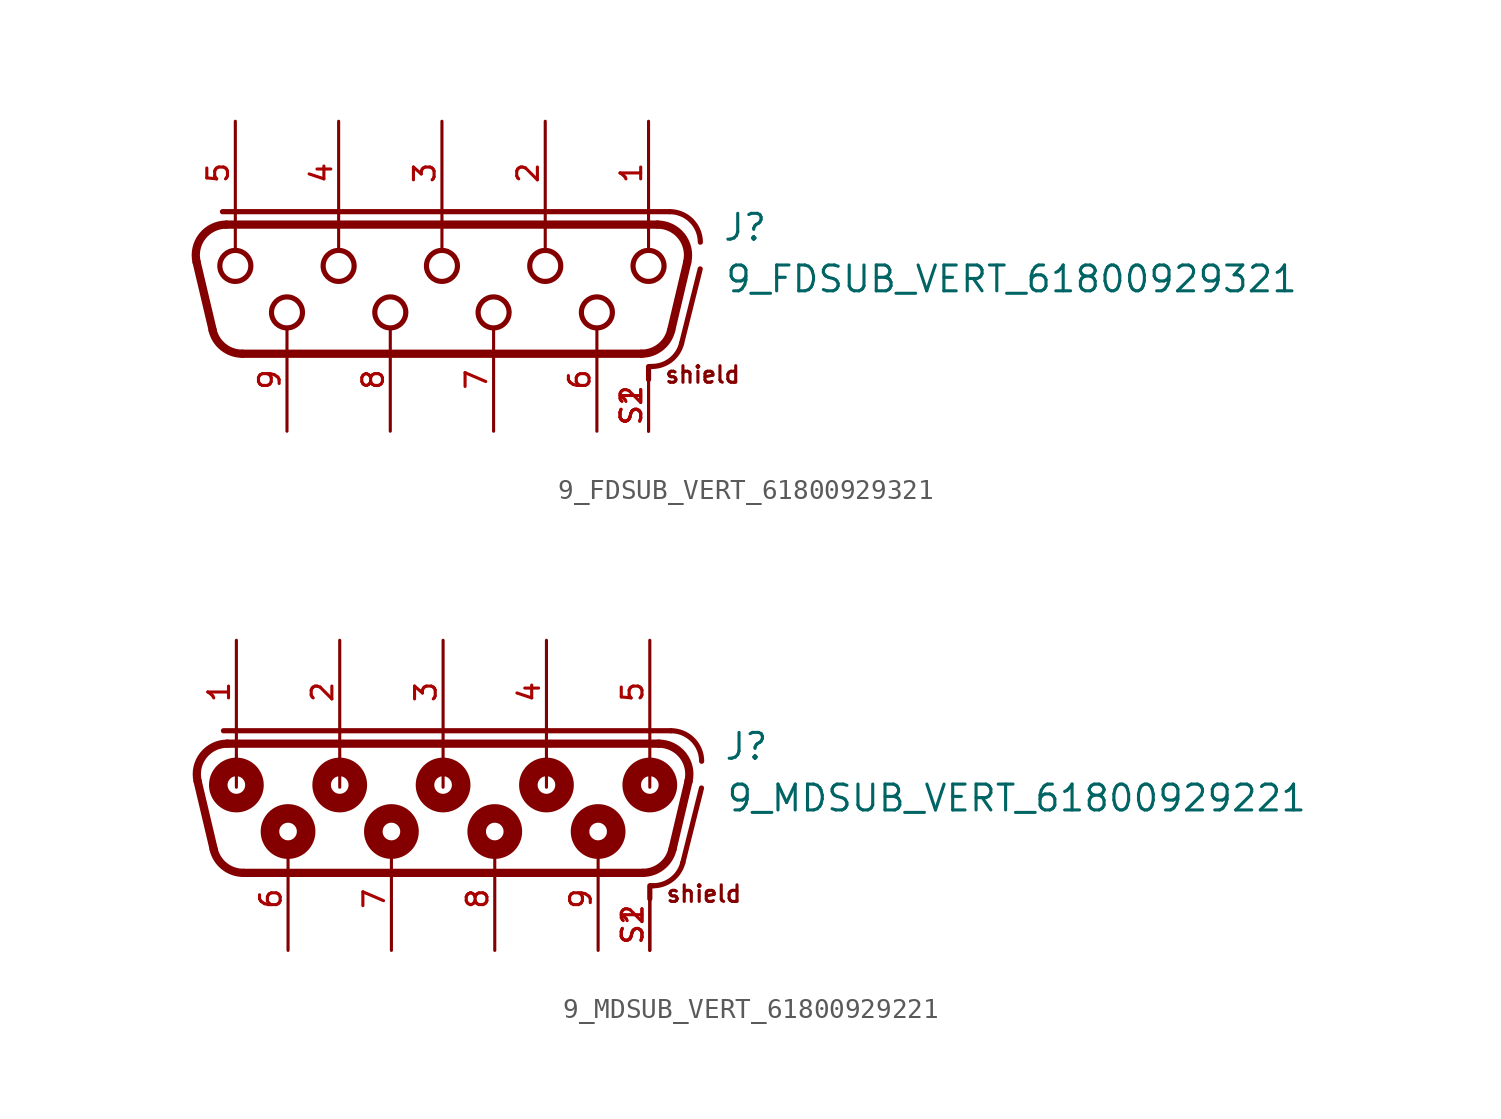
<source format=kicad_sym>
(kicad_symbol_lib
  (version 20241209)
  (generator "kicad_symbol_editor")
  (generator_version "9.0")
  (symbol "9_FDSUB_VERT_61800929321"
    (pin_names
      (offset 1.016))
    (property "Reference" "J"
      (at 13.78 1.66 0)
      (effects (font (size 1.27 1.27)) (justify left bottom)))
    (property "Value" "9_FDSUB_VERT_61800929321"
      (at 13.88 -0.88 0)
      (effects (font (size 1.27 1.27)) (justify left bottom)))
    (symbol "9_FDSUB_VERT_61800929321_0_0"
      (polyline (pts (xy -11.273 -2.655) (xy -12.064 0.695)) (stroke (width 0.406) (type default)) (fill (type none)))
      (polyline (pts (xy -10.795 3.175) (xy 11.2 3.175)) (stroke (width 0.254) (type default)) (fill (type none)))
      (polyline (pts (xy -10.604 2.54) (xy 10.604 2.54)) (stroke (width 0.406) (type default)) (fill (type none)))
      (arc (start -12.0642 0.6952) (mid -11.7783 1.9738) (end -10.6044 2.54) (stroke (width 0.4064) (type default)) (fill (type none)))
      (polyline (pts (xy -10.16 2.58) (xy -10.16 1.3)) (stroke (width 0.152) (type default)) (fill (type none)))
      (circle (center -10.16 0.508) (radius 0.762) (stroke (width 0.254) (type default)) (fill (type none)))
      (arc (start -9.8131 -3.81) (mid -10.7439 -3.4862) (end -11.2729 -2.6548) (stroke (width 0.4064) (type default)) (fill (type none)))
      (circle (center -7.62 -1.778) (radius 0.762) (stroke (width 0.254) (type default)) (fill (type none)))
      (polyline (pts (xy -5.08 2.58) (xy -5.08 1.3)) (stroke (width 0.152) (type default)) (fill (type none)))
      (circle (center -5.08 0.508) (radius 0.762) (stroke (width 0.254) (type default)) (fill (type none)))
      (circle (center -2.54 -1.778) (radius 0.762) (stroke (width 0.254) (type default)) (fill (type none)))
      (polyline (pts (xy 0 2.58) (xy 0 1.3)) (stroke (width 0.152) (type default)) (fill (type none)))
      (circle (center 0 0.508) (radius 0.762) (stroke (width 0.254) (type default)) (fill (type none)))
      (circle (center 2.54 -1.778) (radius 0.762) (stroke (width 0.254) (type default)) (fill (type none)))
      (polyline (pts (xy 5.08 2.58) (xy 5.08 1.3)) (stroke (width 0.152) (type default)) (fill (type none)))
      (circle (center 5.08 0.508) (radius 0.762) (stroke (width 0.254) (type default)) (fill (type none)))
      (circle (center 7.62 -1.778) (radius 0.762) (stroke (width 0.254) (type default)) (fill (type none)))
      (arc (start 11.2729 -2.6548) (mid 10.7439 -3.4863) (end 9.8131 -3.81) (stroke (width 0.4064) (type default)) (fill (type none)))
      (polyline (pts (xy 9.813 -3.81) (xy -9.813 -3.81)) (stroke (width 0.406) (type default)) (fill (type none)))
      (polyline (pts (xy 10.16 2.58) (xy 10.16 1.3)) (stroke (width 0.152) (type default)) (fill (type none)))
      (circle (center 10.16 0.508) (radius 0.762) (stroke (width 0.254) (type default)) (fill (type none)))
      (polyline (pts (xy 10.16 -4.445) (xy 10.16 -5.08)) (stroke (width 0.254) (type default)) (fill (type none)))
      (polyline (pts (xy 10.2 -4.44) (xy 10.329 -4.44)) (stroke (width 0.254) (type default)) (fill (type none)))
      (arc (start 11.7841 -3.3038) (mid 11.2523 -4.122) (end 10.3288 -4.44) (stroke (width 0.254) (type default)) (fill (type none)))
      (arc (start 10.6044 2.54) (mid 11.7804 1.9707) (end 12.0642 0.6952) (stroke (width 0.4064) (type default)) (fill (type none)))
      (arc (start 11.2 3.175) (mid 12.2607 2.7357) (end 12.7 1.675) (stroke (width 0.254) (type default)) (fill (type none)))
      (polyline (pts (xy 11.784 -3.304) (xy 12.7 0.36)) (stroke (width 0.254) (type default)) (fill (type none)))
      (polyline (pts (xy 12.064 0.695) (xy 11.273 -2.655)) (stroke (width 0.406) (type default)) (fill (type none)))
      (text "shield" (at 10.9 -5.32 0) (effects (font (size 0.813 0.813)) (justify left bottom)))
      (pin bidirectional line (at -10.16 7.62 270) (length 5.08) (name "~" (effects (font (size 1.016 1.016)))) (number "5" (effects (font (size 1.016 1.016)))))
      (pin bidirectional line (at -7.62 -7.62 90) (length 5.08) (name "~" (effects (font (size 1.016 1.016)))) (number "9" (effects (font (size 1.016 1.016)))))
      (pin bidirectional line (at -5.08 7.62 270) (length 5.08) (name "~" (effects (font (size 1.016 1.016)))) (number "4" (effects (font (size 1.016 1.016)))))
      (pin bidirectional line (at -2.54 -7.62 90) (length 5.08) (name "~" (effects (font (size 1.016 1.016)))) (number "8" (effects (font (size 1.016 1.016)))))
      (pin bidirectional line (at 0 7.62 270) (length 5.08) (name "~" (effects (font (size 1.016 1.016)))) (number "3" (effects (font (size 1.016 1.016)))))
      (pin bidirectional line (at 2.54 -7.62 90) (length 5.08) (name "~" (effects (font (size 1.016 1.016)))) (number "7" (effects (font (size 1.016 1.016)))))
      (pin bidirectional line (at 5.08 7.62 270) (length 5.08) (name "~" (effects (font (size 1.016 1.016)))) (number "2" (effects (font (size 1.016 1.016)))))
      (pin bidirectional line (at 7.62 -7.62 90) (length 5.08) (name "~" (effects (font (size 1.016 1.016)))) (number "6" (effects (font (size 1.016 1.016)))))
      (pin bidirectional line (at 10.16 7.62 270) (length 5.08) (name "~" (effects (font (size 1.016 1.016)))) (number "1" (effects (font (size 1.016 1.016)))))
      (pin bidirectional line (at 10.16 -7.62 90) (length 2.54) (name "~" (effects (font (size 1.016 1.016)))) (number "S1" (effects (font (size 1.016 1.016)))))
      (pin bidirectional line (at 10.16 -7.62 90) (length 2.54) (name "~" (effects (font (size 1.016 1.016)))) (number "S2" (effects (font (size 1.016 1.016)))))))
  (symbol "9_MDSUB_VERT_61800929221"
    (pin_names
      (offset 1.016))
    (property "Reference" "J"
      (at 13.78 1.66 0)
      (effects (font (size 1.27 1.27)) (justify left bottom)))
    (property "Value" "9_MDSUB_VERT_61800929221"
      (at 13.88 -0.88 0)
      (effects (font (size 1.27 1.27)) (justify left bottom)))
    (symbol "9_MDSUB_VERT_61800929221_0_0"
      (polyline (pts (xy -11.273 -2.655) (xy -12.064 0.695)) (stroke (width 0.406) (type default)) (fill (type none)))
      (polyline (pts (xy -10.795 3.175) (xy 11.2 3.175)) (stroke (width 0.254) (type default)) (fill (type none)))
      (polyline (pts (xy -10.604 2.54) (xy 10.604 2.54)) (stroke (width 0.406) (type default)) (fill (type none)))
      (arc (start -12.0642 0.6952) (mid -11.7783 1.9738) (end -10.6044 2.54) (stroke (width 0.4064) (type default)) (fill (type none)))
      (polyline (pts (xy -10.16 2.58) (xy -10.16 0.4)) (stroke (width 0.152) (type default)) (fill (type none)))
      (circle (center -10.16 0.508) (radius 0.432) (stroke (width 0.914) (type default)) (fill (type none)))
      (circle (center -10.16 0.508) (radius 0.762) (stroke (width 0.254) (type default)) (fill (type none)))
      (arc (start -9.8131 -3.81) (mid -10.7439 -3.4862) (end -11.2729 -2.6548) (stroke (width 0.4064) (type default)) (fill (type none)))
      (circle (center -7.62 -1.778) (radius 0.432) (stroke (width 0.914) (type default)) (fill (type none)))
      (circle (center -7.62 -1.778) (radius 0.762) (stroke (width 0.254) (type default)) (fill (type none)))
      (polyline (pts (xy -5.08 2.58) (xy -5.08 0.4)) (stroke (width 0.152) (type default)) (fill (type none)))
      (circle (center -5.08 0.508) (radius 0.432) (stroke (width 0.914) (type default)) (fill (type none)))
      (circle (center -5.08 0.508) (radius 0.762) (stroke (width 0.254) (type default)) (fill (type none)))
      (circle (center -2.54 -1.778) (radius 0.432) (stroke (width 0.914) (type default)) (fill (type none)))
      (circle (center -2.54 -1.778) (radius 0.762) (stroke (width 0.254) (type default)) (fill (type none)))
      (polyline (pts (xy 0 2.58) (xy 0 0.4)) (stroke (width 0.152) (type default)) (fill (type none)))
      (circle (center 0 0.508) (radius 0.432) (stroke (width 0.914) (type default)) (fill (type none)))
      (circle (center 0 0.508) (radius 0.762) (stroke (width 0.254) (type default)) (fill (type none)))
      (circle (center 2.54 -1.778) (radius 0.432) (stroke (width 0.914) (type default)) (fill (type none)))
      (circle (center 2.54 -1.778) (radius 0.762) (stroke (width 0.254) (type default)) (fill (type none)))
      (polyline (pts (xy 5.08 2.58) (xy 5.08 0.4)) (stroke (width 0.152) (type default)) (fill (type none)))
      (circle (center 5.08 0.508) (radius 0.432) (stroke (width 0.914) (type default)) (fill (type none)))
      (circle (center 5.08 0.508) (radius 0.762) (stroke (width 0.254) (type default)) (fill (type none)))
      (circle (center 7.62 -1.778) (radius 0.432) (stroke (width 0.914) (type default)) (fill (type none)))
      (circle (center 7.62 -1.778) (radius 0.762) (stroke (width 0.254) (type default)) (fill (type none)))
      (arc (start 11.2729 -2.6548) (mid 10.7439 -3.4863) (end 9.8131 -3.81) (stroke (width 0.4064) (type default)) (fill (type none)))
      (polyline (pts (xy 9.813 -3.81) (xy -9.813 -3.81)) (stroke (width 0.406) (type default)) (fill (type none)))
      (polyline (pts (xy 10.16 2.58) (xy 10.16 0.4)) (stroke (width 0.152) (type default)) (fill (type none)))
      (circle (center 10.16 0.508) (radius 0.432) (stroke (width 0.914) (type default)) (fill (type none)))
      (circle (center 10.16 0.508) (radius 0.762) (stroke (width 0.254) (type default)) (fill (type none)))
      (polyline (pts (xy 10.16 -4.445) (xy 10.16 -5.08)) (stroke (width 0.254) (type default)) (fill (type none)))
      (polyline (pts (xy 10.2 -4.44) (xy 10.329 -4.44)) (stroke (width 0.254) (type default)) (fill (type none)))
      (arc (start 11.7841 -3.3038) (mid 11.2523 -4.122) (end 10.3288 -4.44) (stroke (width 0.254) (type default)) (fill (type none)))
      (arc (start 10.6044 2.54) (mid 11.7804 1.9707) (end 12.0642 0.6952) (stroke (width 0.4064) (type default)) (fill (type none)))
      (arc (start 11.2 3.175) (mid 12.2607 2.7357) (end 12.7 1.675) (stroke (width 0.254) (type default)) (fill (type none)))
      (polyline (pts (xy 11.784 -3.304) (xy 12.7 0.36)) (stroke (width 0.254) (type default)) (fill (type none)))
      (polyline (pts (xy 12.064 0.695) (xy 11.273 -2.655)) (stroke (width 0.406) (type default)) (fill (type none)))
      (text "shield" (at 10.9 -5.32 0) (effects (font (size 0.813 0.813)) (justify left bottom)))
      (pin bidirectional line (at -10.16 7.62 270) (length 5.08) (name "~" (effects (font (size 1.016 1.016)))) (number "1" (effects (font (size 1.016 1.016)))))
      (pin bidirectional line (at -7.62 -7.62 90) (length 5.08) (name "~" (effects (font (size 1.016 1.016)))) (number "6" (effects (font (size 1.016 1.016)))))
      (pin bidirectional line (at -5.08 7.62 270) (length 5.08) (name "~" (effects (font (size 1.016 1.016)))) (number "2" (effects (font (size 1.016 1.016)))))
      (pin bidirectional line (at -2.54 -7.62 90) (length 5.08) (name "~" (effects (font (size 1.016 1.016)))) (number "7" (effects (font (size 1.016 1.016)))))
      (pin bidirectional line (at 0 7.62 270) (length 5.08) (name "~" (effects (font (size 1.016 1.016)))) (number "3" (effects (font (size 1.016 1.016)))))
      (pin bidirectional line (at 2.54 -7.62 90) (length 5.08) (name "~" (effects (font (size 1.016 1.016)))) (number "8" (effects (font (size 1.016 1.016)))))
      (pin bidirectional line (at 5.08 7.62 270) (length 5.08) (name "~" (effects (font (size 1.016 1.016)))) (number "4" (effects (font (size 1.016 1.016)))))
      (pin bidirectional line (at 7.62 -7.62 90) (length 5.08) (name "~" (effects (font (size 1.016 1.016)))) (number "9" (effects (font (size 1.016 1.016)))))
      (pin bidirectional line (at 10.16 7.62 270) (length 5.08) (name "~" (effects (font (size 1.016 1.016)))) (number "5" (effects (font (size 1.016 1.016)))))
      (pin bidirectional line (at 10.16 -7.62 90) (length 2.54) (name "~" (effects (font (size 1.016 1.016)))) (number "S1" (effects (font (size 1.016 1.016)))))
      (pin bidirectional line (at 10.16 -7.62 90) (length 2.54) (name "~" (effects (font (size 1.016 1.016)))) (number "S2" (effects (font (size 1.016 1.016))))))))
</source>
